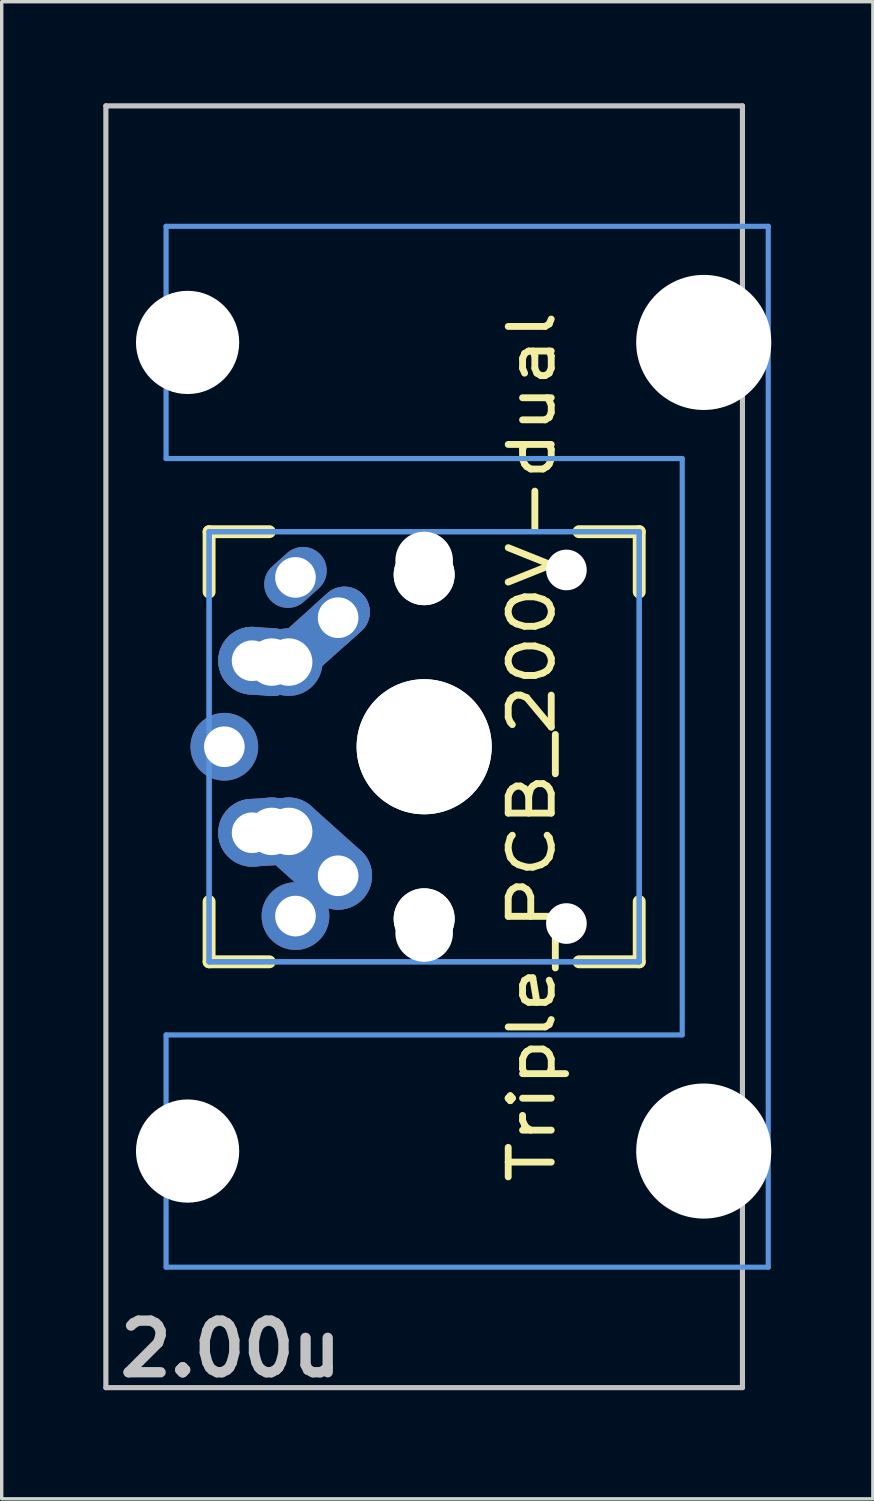
<source format=kicad_pcb>
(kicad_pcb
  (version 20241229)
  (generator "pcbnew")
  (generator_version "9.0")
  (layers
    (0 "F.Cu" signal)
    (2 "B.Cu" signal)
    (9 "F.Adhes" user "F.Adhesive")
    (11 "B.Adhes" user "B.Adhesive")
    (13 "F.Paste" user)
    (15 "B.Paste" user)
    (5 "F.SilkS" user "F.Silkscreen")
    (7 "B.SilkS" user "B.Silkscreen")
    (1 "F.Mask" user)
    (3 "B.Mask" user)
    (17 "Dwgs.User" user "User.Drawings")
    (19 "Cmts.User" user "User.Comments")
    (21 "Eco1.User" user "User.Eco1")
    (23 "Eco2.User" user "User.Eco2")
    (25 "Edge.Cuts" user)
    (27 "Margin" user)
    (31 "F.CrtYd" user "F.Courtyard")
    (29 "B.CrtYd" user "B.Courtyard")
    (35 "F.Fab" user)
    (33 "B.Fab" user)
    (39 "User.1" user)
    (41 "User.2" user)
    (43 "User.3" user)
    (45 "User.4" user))
  (footprint "Triple_PCB_200V-dual"
    (layer "F.Cu")
    (at 9.474 18.999)
    (property "Reference" "Triple_PCB_200V-dual" (at 3.175 0 90) (layer "F.SilkS") (effects (font (size 1.27 1.524) (thickness 0.203))))
    (attr through_hole)
    (fp_line (start -6.35 -6.35) (end -4.572 -6.35) (stroke (width 0.381) (type solid)) (layer "F.SilkS"))
    (fp_line (start -6.35 -4.572) (end -6.35 -6.35) (stroke (width 0.381) (type solid)) (layer "F.SilkS"))
    (fp_line (start -6.35 6.35) (end -6.35 4.572) (stroke (width 0.381) (type solid)) (layer "F.SilkS"))
    (fp_line (start -4.572 6.35) (end -6.35 6.35) (stroke (width 0.381) (type solid)) (layer "F.SilkS"))
    (fp_line (start 4.572 -6.35) (end 6.35 -6.35) (stroke (width 0.381) (type solid)) (layer "F.SilkS"))
    (fp_line (start 6.35 -6.35) (end 6.35 -4.572) (stroke (width 0.381) (type solid)) (layer "F.SilkS"))
    (fp_line (start 6.35 4.572) (end 6.35 6.35) (stroke (width 0.381) (type solid)) (layer "F.SilkS"))
    (fp_line (start 6.35 6.35) (end 4.572 6.35) (stroke (width 0.381) (type solid)) (layer "F.SilkS"))
    (fp_line (start -9.398 -18.923) (end 9.398 -18.923) (stroke (width 0.152) (type solid)) (layer "Dwgs.User"))
    (fp_line (start -9.398 18.923) (end -9.398 -18.923) (stroke (width 0.152) (type solid)) (layer "Dwgs.User"))
    (fp_line (start 9.398 -18.923) (end 9.398 18.923) (stroke (width 0.152) (type solid)) (layer "Dwgs.User"))
    (fp_line (start 9.398 18.923) (end -9.398 18.923) (stroke (width 0.152) (type solid)) (layer "Dwgs.User"))
    (fp_line (start -7.62 -15.367) (end -7.62 -8.509) (stroke (width 0.152) (type solid)) (layer "Cmts.User"))
    (fp_line (start -7.62 -8.509) (end 7.62 -8.509) (stroke (width 0.152) (type solid)) (layer "Cmts.User"))
    (fp_line (start -7.62 8.509) (end -7.62 15.367) (stroke (width 0.152) (type solid)) (layer "Cmts.User"))
    (fp_line (start -7.62 15.367) (end 10.16 15.367) (stroke (width 0.152) (type solid)) (layer "Cmts.User"))
    (fp_line (start -6.35 -6.35) (end 6.35 -6.35) (stroke (width 0.152) (type solid)) (layer "Cmts.User"))
    (fp_line (start -6.35 -6.35) (end 6.35 -6.35) (stroke (width 0.152) (type solid)) (layer "Cmts.User"))
    (fp_line (start -6.35 6.35) (end -6.35 -6.35) (stroke (width 0.152) (type solid)) (layer "Cmts.User"))
    (fp_line (start -6.35 6.35) (end -6.35 -6.35) (stroke (width 0.152) (type solid)) (layer "Cmts.User"))
    (fp_line (start 6.35 -6.35) (end 6.35 6.35) (stroke (width 0.152) (type solid)) (layer "Cmts.User"))
    (fp_line (start 6.35 -6.35) (end 6.35 6.35) (stroke (width 0.152) (type solid)) (layer "Cmts.User"))
    (fp_line (start 6.35 6.35) (end -6.35 6.35) (stroke (width 0.152) (type solid)) (layer "Cmts.User"))
    (fp_line (start 6.35 6.35) (end -6.35 6.35) (stroke (width 0.152) (type solid)) (layer "Cmts.User"))
    (fp_line (start 7.62 -8.509) (end 7.62 8.509) (stroke (width 0.152) (type solid)) (layer "Cmts.User"))
    (fp_line (start 7.62 8.509) (end -7.62 8.509) (stroke (width 0.152) (type solid)) (layer "Cmts.User"))
    (fp_line (start 10.16 -15.367) (end -7.62 -15.367) (stroke (width 0.152) (type solid)) (layer "Cmts.User"))
    (fp_line (start 10.16 15.367) (end 10.16 -15.367) (stroke (width 0.152) (type solid)) (layer "Cmts.User"))
    (fp_line (start -7.5 -7.5) (end 7.5 -7.5) (stroke (width 0.152) (type solid)) (layer "Eco2.User"))
    (fp_line (start -7.5 7.5) (end -7.5 -7.5) (stroke (width 0.152) (type solid)) (layer "Eco2.User"))
    (fp_line (start -6.985 -6.985) (end -4.877 -6.985) (stroke (width 0.152) (type solid)) (layer "Eco2.User"))
    (fp_line (start -6.985 -6.985) (end 6.985 -6.985) (stroke (width 0.152) (type solid)) (layer "Eco2.User"))
    (fp_line (start -6.985 6.985) (end -6.985 -6.985) (stroke (width 0.152) (type solid)) (layer "Eco2.User"))
    (fp_line (start -6.985 6.985) (end -6.985 -6.985) (stroke (width 0.152) (type solid)) (layer "Eco2.User"))
    (fp_line (start -5.69 -15.265) (end -2.286 -15.265) (stroke (width 0.152) (type solid)) (layer "Eco2.User"))
    (fp_line (start -5.69 -8.611) (end -5.69 -15.265) (stroke (width 0.152) (type solid)) (layer "Eco2.User"))
    (fp_line (start -5.69 8.611) (end -4.877 8.611) (stroke (width 0.152) (type solid)) (layer "Eco2.User"))
    (fp_line (start -5.69 15.265) (end -5.69 8.611) (stroke (width 0.152) (type solid)) (layer "Eco2.User"))
    (fp_line (start -4.877 -8.611) (end -5.69 -8.611) (stroke (width 0.152) (type solid)) (layer "Eco2.User"))
    (fp_line (start -4.877 -6.985) (end -4.877 -8.611) (stroke (width 0.152) (type solid)) (layer "Eco2.User"))
    (fp_line (start -4.877 6.985) (end -6.985 6.985) (stroke (width 0.152) (type solid)) (layer "Eco2.User"))
    (fp_line (start -4.877 8.611) (end -4.877 6.985) (stroke (width 0.152) (type solid)) (layer "Eco2.User"))
    (fp_line (start -2.286 -16.129) (end 0.508 -16.129) (stroke (width 0.152) (type solid)) (layer "Eco2.User"))
    (fp_line (start -2.286 -15.265) (end -2.286 -16.129) (stroke (width 0.152) (type solid)) (layer "Eco2.User"))
    (fp_line (start -2.286 15.265) (end -5.69 15.265) (stroke (width 0.152) (type solid)) (layer "Eco2.User"))
    (fp_line (start -2.286 16.129) (end -2.286 15.265) (stroke (width 0.152) (type solid)) (layer "Eco2.User"))
    (fp_line (start 0.508 -16.129) (end 0.508 -15.265) (stroke (width 0.152) (type solid)) (layer "Eco2.User"))
    (fp_line (start 0.508 -15.265) (end 6.604 -15.265) (stroke (width 0.152) (type solid)) (layer "Eco2.User"))
    (fp_line (start 0.508 15.265) (end 0.508 16.129) (stroke (width 0.152) (type solid)) (layer "Eco2.User"))
    (fp_line (start 0.508 16.129) (end -2.286 16.129) (stroke (width 0.152) (type solid)) (layer "Eco2.User"))
    (fp_line (start 5.817 -8.611) (end 5.817 -6.985) (stroke (width 0.152) (type solid)) (layer "Eco2.User"))
    (fp_line (start 5.817 -6.985) (end 6.985 -6.985) (stroke (width 0.152) (type solid)) (layer "Eco2.User"))
    (fp_line (start 5.817 6.985) (end 5.817 8.611) (stroke (width 0.152) (type solid)) (layer "Eco2.User"))
    (fp_line (start 5.817 8.611) (end 6.604 8.611) (stroke (width 0.152) (type solid)) (layer "Eco2.User"))
    (fp_line (start 6.604 -15.265) (end 6.604 -14.224) (stroke (width 0.152) (type solid)) (layer "Eco2.User"))
    (fp_line (start 6.604 -14.224) (end 7.772 -14.224) (stroke (width 0.152) (type solid)) (layer "Eco2.User"))
    (fp_line (start 6.604 -9.652) (end 6.604 -8.611) (stroke (width 0.152) (type solid)) (layer "Eco2.User"))
    (fp_line (start 6.604 -8.611) (end 5.817 -8.611) (stroke (width 0.152) (type solid)) (layer "Eco2.User"))
    (fp_line (start 6.604 8.611) (end 6.604 9.652) (stroke (width 0.152) (type solid)) (layer "Eco2.User"))
    (fp_line (start 6.604 9.652) (end 7.772 9.652) (stroke (width 0.152) (type solid)) (layer "Eco2.User"))
    (fp_line (start 6.604 14.224) (end 6.604 15.265) (stroke (width 0.152) (type solid)) (layer "Eco2.User"))
    (fp_line (start 6.604 15.265) (end 0.508 15.265) (stroke (width 0.152) (type solid)) (layer "Eco2.User"))
    (fp_line (start 6.985 -6.985) (end 6.985 6.985) (stroke (width 0.152) (type solid)) (layer "Eco2.User"))
    (fp_line (start 6.985 -6.985) (end 6.985 6.985) (stroke (width 0.152) (type solid)) (layer "Eco2.User"))
    (fp_line (start 6.985 6.985) (end -6.985 6.985) (stroke (width 0.152) (type solid)) (layer "Eco2.User"))
    (fp_line (start 6.985 6.985) (end 5.817 6.985) (stroke (width 0.152) (type solid)) (layer "Eco2.User"))
    (fp_line (start 7.5 -7.5) (end 7.5 7.5) (stroke (width 0.152) (type solid)) (layer "Eco2.User"))
    (fp_line (start 7.5 7.5) (end -7.5 7.5) (stroke (width 0.152) (type solid)) (layer "Eco2.User"))
    (fp_line (start 7.772 -14.224) (end 7.772 -9.652) (stroke (width 0.152) (type solid)) (layer "Eco2.User"))
    (fp_line (start 7.772 -9.652) (end 6.604 -9.652) (stroke (width 0.152) (type solid)) (layer "Eco2.User"))
    (fp_line (start 7.772 9.652) (end 7.772 14.224) (stroke (width 0.152) (type solid)) (layer "Eco2.User"))
    (fp_line (start 7.772 14.224) (end 6.604 14.224) (stroke (width 0.152) (type solid)) (layer "Eco2.User"))
    (fp_text user "2.00u" (at -5.715 17.78 0) (layer "Dwgs.User") (effects (font (size 1.524 1.524) (thickness 0.305))))
    (pad "" np_thru_hole circle (at -6.985 -11.938 90) (size 3.048 3.048) (drill 3.048) (layers "*.Cu"))
    (pad "" np_thru_hole circle (at -6.985 11.938 90) (size 3.048 3.048) (drill 3.048) (layers "*.Cu"))
    (pad "" np_thru_hole circle (at 0 -5.5 90) (size 1.7 1.7) (drill 1.7) (layers "*.Cu"))
    (pad "" np_thru_hole circle (at 0 -5.08 90) (size 1.8 1.8) (drill 1.8) (layers "*.Cu"))
    (pad "" np_thru_hole circle (at 0 -5.08 90) (size 1.8 1.8) (drill 1.8) (layers "*.Cu"))
    (pad "" np_thru_hole circle (at 0 0 90) (size 3.988 3.988) (drill 3.988) (layers "*.Cu"))
    (pad "" np_thru_hole circle (at 0 0 90) (size 3.988 3.988) (drill 3.988) (layers "*.Cu"))
    (pad "" np_thru_hole circle (at 0 5.08 90) (size 1.8 1.8) (drill 1.8) (layers "*.Cu"))
    (pad "" np_thru_hole circle (at 0 5.08 90) (size 1.8 1.8) (drill 1.8) (layers "*.Cu"))
    (pad "" np_thru_hole circle (at 0 5.5 90) (size 1.7 1.7) (drill 1.7) (layers "*.Cu"))
    (pad "" np_thru_hole circle (at 4.2 -5.22 90) (size 1.2 1.2) (drill 1.2) (layers "*.Cu"))
    (pad "" np_thru_hole circle (at 4.2 5.22 90) (size 1.2 1.2) (drill 1.2) (layers "*.Cu"))
    (pad "" np_thru_hole circle (at 8.255 -11.938 90) (size 3.988 3.988) (drill 3.988) (layers "*.Cu"))
    (pad "" np_thru_hole circle (at 8.255 11.938 90) (size 3.988 3.988) (drill 3.988) (layers "*.Cu"))
    (pad "1" thru_hole circle (at -5.08 2.54 60.95) (size 2 2) (drill 1.2) (layers "*.Cu" "*.Mask"))
    (pad "1" smd oval (at -4.79 2.52 93.945) (size 2 2.581) (layers "F.Cu" "F.Mask" "F.Paste"))
    (pad "1" smd oval (at -4.79 2.52 93.945) (size 2 2.581) (layers "B.Cu" "B.Mask" "B.Paste"))
    (pad "1" thru_hole circle (at -4.5 2.5 60.95) (size 2 2) (drill 1.4) (layers "*.Cu" "*.Mask"))
    (pad "1" thru_hole circle (at -4 2.5 60.95) (size 2 2) (drill 1.4) (layers "*.Cu" "*.Mask"))
    (pad "1" thru_hole oval (at -3.8 -5 311.9) (size 1.4 2) (drill 1.2) (layers "*.Cu" "*.Mask"))
    (pad "1" thru_hole circle (at -3.8 5 228.1) (size 2 2) (drill 1.2) (layers "*.Cu" "*.Mask"))
    (pad "1" smd oval (at -3.27 3.155 228.1) (size 2 3.962) (layers "F.Cu" "F.Mask" "F.Paste"))
    (pad "1" smd oval (at -3.27 3.155 228.1) (size 2 3.962) (layers "B.Cu" "B.Mask" "B.Paste"))
    (pad "1" thru_hole circle (at -2.54 3.81 90) (size 2 2) (drill oval 1.2) (layers "*.Cu" "*.Mask"))
    (pad "2" thru_hole circle (at -5.9 0 90) (size 2 2) (drill 1.2) (layers "*.Cu" "*.Mask"))
    (pad "2" thru_hole circle (at -5.08 -2.54 60.95) (size 2 2) (drill 1.2) (layers "*.Cu" "*.Mask"))
    (pad "2" smd oval (at -4.79 -2.52 86.055) (size 2 2.581) (layers "F.Cu" "F.Mask" "F.Paste"))
    (pad "2" smd oval (at -4.79 -2.52 86.055) (size 2 2.581) (layers "B.Cu" "B.Mask" "B.Paste"))
    (pad "2" thru_hole circle (at -4.5 -2.5 60.95) (size 2 2) (drill 1.4) (layers "*.Cu" "*.Mask"))
    (pad "2" thru_hole circle (at -4 -2.5 90) (size 2 2) (drill 1.4) (layers "*.Cu" "*.Mask"))
    (pad "2" smd oval (at -3.27 -3.155 311.9) (size 1.5 3.962) (layers "F.Cu" "F.Mask" "F.Paste"))
    (pad "2" smd oval (at -3.27 -3.155 311.9) (size 1.5 3.962) (layers "B.Cu" "B.Mask" "B.Paste"))
    (pad "2" thru_hole oval (at -2.54 -3.81 41.9) (size 2 1.5) (drill 1.2) (layers "*.Cu" "*.Mask")))
  (gr_rect
    (start -3 -3)
    (end 22.723 41.206)
    (stroke (width 0.1) (type default))
    (fill no)
    (layer "Edge.Cuts")))
</source>
